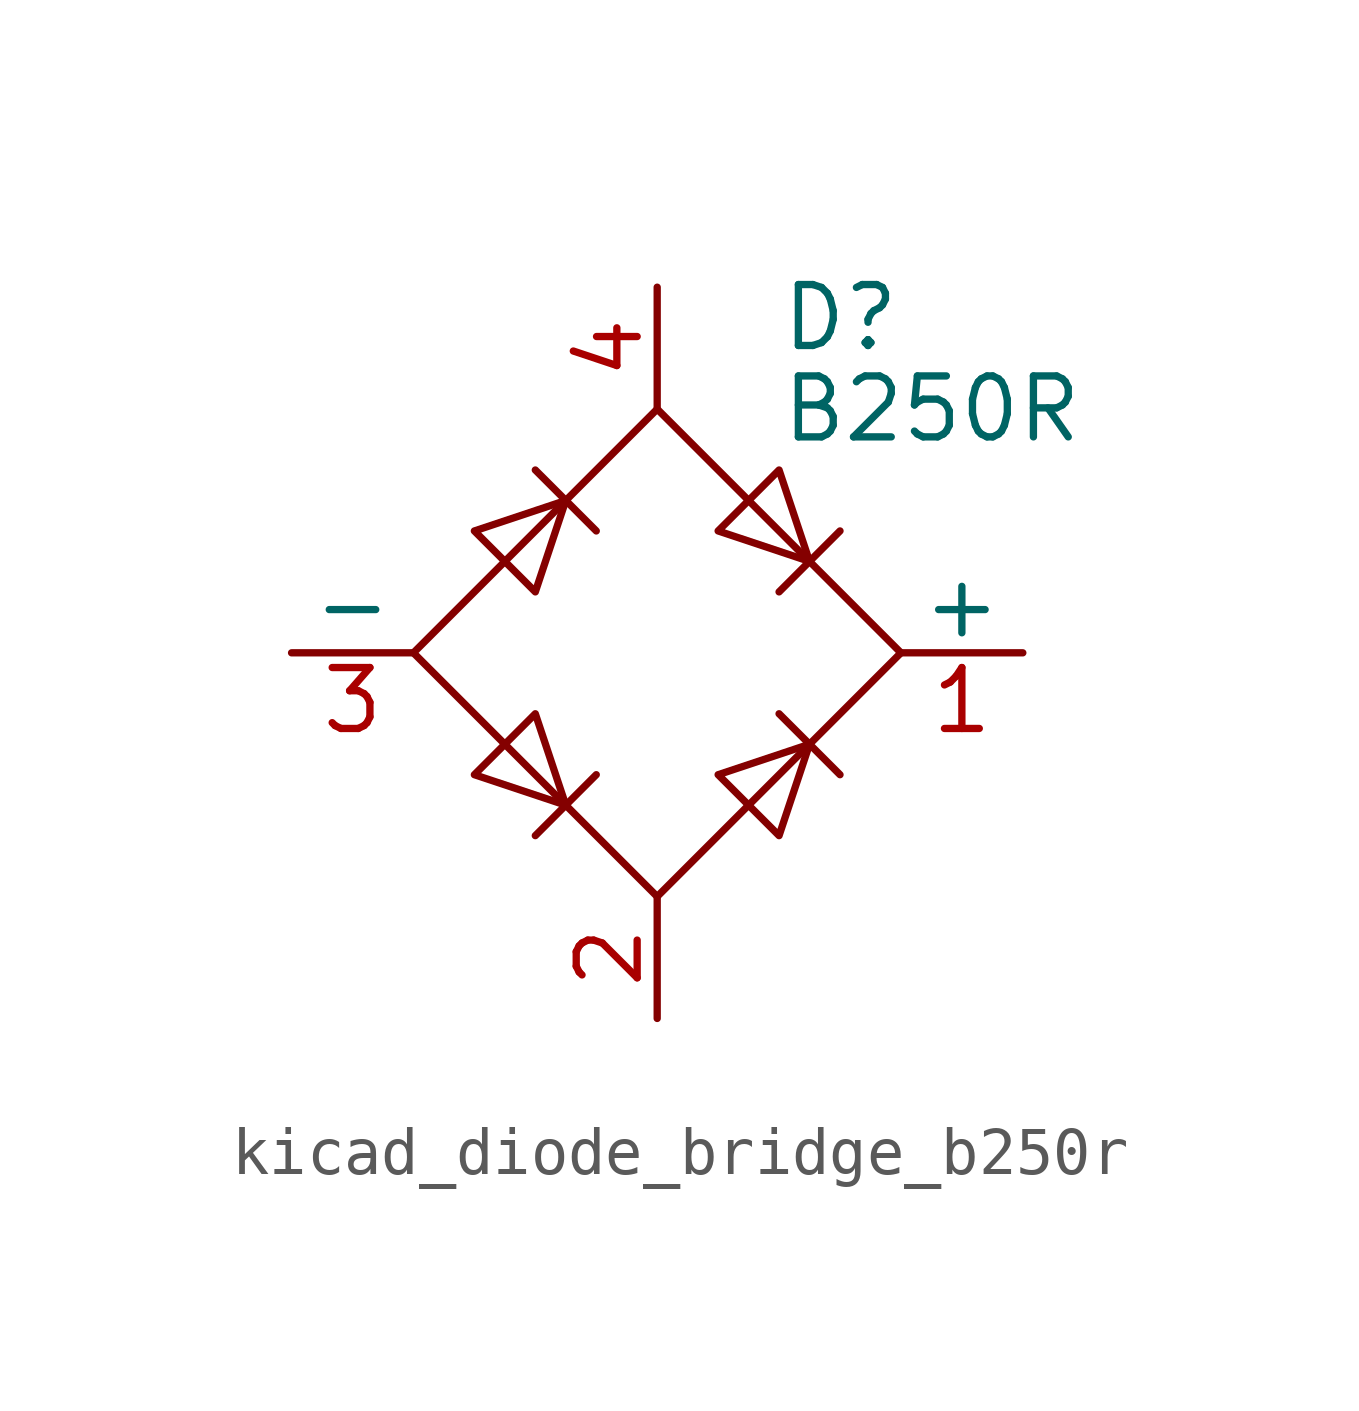
<source format=kicad_sym>
(kicad_symbol_lib
  (version 20220914)
  (generator kicad_symbol_editor)
  (symbol "kicad_diode_bridge_b250r"
    (pin_names
      (offset 0))
    (property "Reference" "D"
      (at 2.54 6.985 0)
      (effects (font (size 1.27 1.27)) (justify left)))
    (property "Value" "B250R"
      (at 2.54 5.08 0)
      (effects (font (size 1.27 1.27)) (justify left)))
    (symbol "kicad_diode_bridge_b250r_0_1"
      (polyline (pts (xy -2.54 3.81) (xy -1.27 2.54)) (stroke (width 0) (type default)) (fill (type none)))
      (polyline (pts (xy -1.27 -2.54) (xy -2.54 -3.81)) (stroke (width 0) (type default)) (fill (type none)))
      (polyline (pts (xy 2.54 -1.27) (xy 3.81 -2.54)) (stroke (width 0) (type default)) (fill (type none)))
      (polyline (pts (xy 2.54 1.27) (xy 3.81 2.54)) (stroke (width 0) (type default)) (fill (type none)))
      (polyline (pts (xy -3.81 2.54) (xy -2.54 1.27) (xy -1.905 3.175) (xy -3.81 2.54)) (stroke (width 0) (type default)) (fill (type none)))
      (polyline (pts (xy -2.54 -1.27) (xy -3.81 -2.54) (xy -1.905 -3.175) (xy -2.54 -1.27)) (stroke (width 0) (type default)) (fill (type none)))
      (polyline (pts (xy 1.27 2.54) (xy 2.54 3.81) (xy 3.175 1.905) (xy 1.27 2.54)) (stroke (width 0) (type default)) (fill (type none)))
      (polyline (pts (xy 3.175 -1.905) (xy 1.27 -2.54) (xy 2.54 -3.81) (xy 3.175 -1.905)) (stroke (width 0) (type default)) (fill (type none)))
      (polyline (pts (xy -5.08 0) (xy 0 -5.08) (xy 5.08 0) (xy 0 5.08) (xy -5.08 0)) (stroke (width 0) (type default)) (fill (type none))))
    (symbol "kicad_diode_bridge_b250r_1_1"
      (pin passive line (at 7.62 0 180) (length 2.54) (name "+" (effects (font (size 1.27 1.27)))) (number "1" (effects (font (size 1.27 1.27)))))
      (pin passive line (at 0 -7.62 90) (length 2.54) (name "~" (effects (font (size 1.27 1.27)))) (number "2" (effects (font (size 1.27 1.27)))))
      (pin passive line (at -7.62 0 0) (length 2.54) (name "-" (effects (font (size 1.27 1.27)))) (number "3" (effects (font (size 1.27 1.27)))))
      (pin passive line (at 0 7.62 270) (length 2.54) (name "~" (effects (font (size 1.27 1.27)))) (number "4" (effects (font (size 1.27 1.27))))))))
</source>
